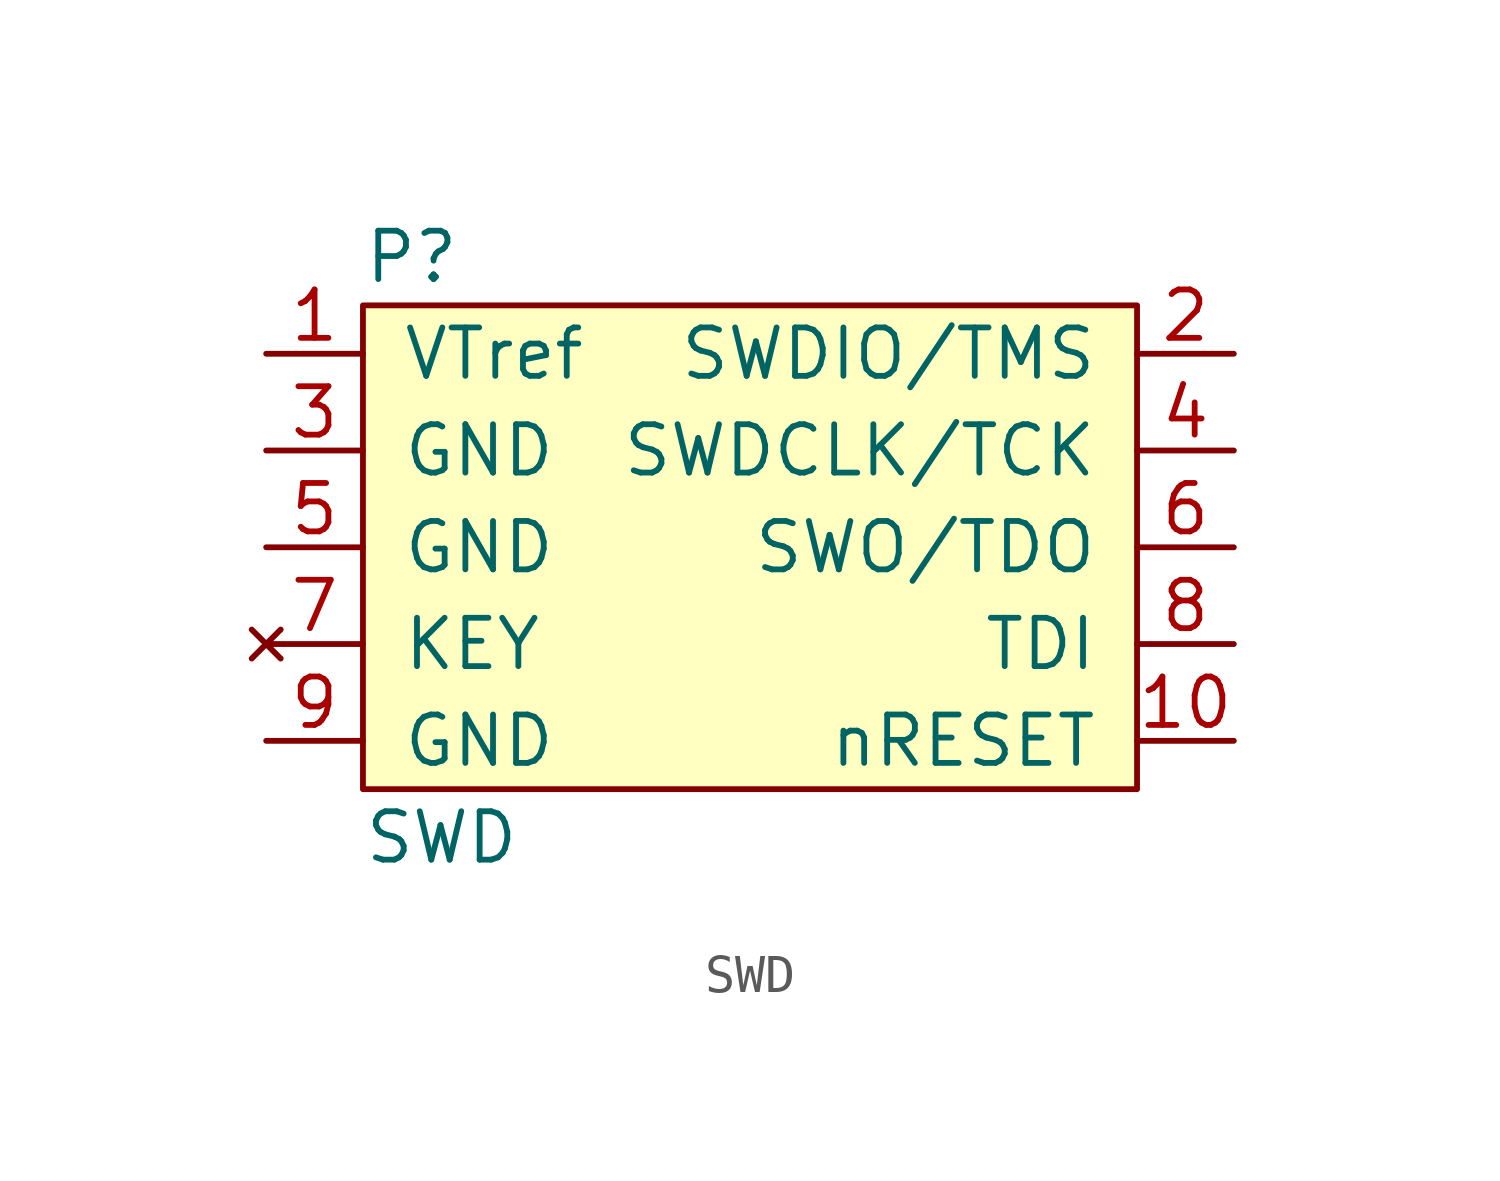
<source format=kicad_sym>
(kicad_symbol_lib
  (version 20211014)
  (generator kicad_symbol_editor)
  (symbol "SWD"
    (pin_names
      (offset 1.016))
    (property "Reference" "P"
      (at -10.16 7.62 0)
      (effects (font (size 1.27 1.27)) (justify left)))
    (property "Value" "SWD"
      (at -10.16 -7.62 0)
      (effects (font (size 1.27 1.27)) (justify left)))
    (symbol "SWD_0_1"
      (rectangle (start -10.16 6.35) (end 10.16 -6.35) (stroke (width 0) (type default) (color 0 0 0 0)) (fill (type background))))
    (symbol "SWD_1_1"
      (pin power_in line (at -12.7 5.08 0) (length 2.54) (name "VTref" (effects (font (size 1.27 1.27)))) (number "1" (effects (font (size 1.27 1.27)))))
      (pin open_collector line (at 12.7 -5.08 180) (length 2.54) (name "nRESET" (effects (font (size 1.27 1.27)))) (number "10" (effects (font (size 1.27 1.27)))))
      (pin bidirectional line (at 12.7 5.08 180) (length 2.54) (name "SWDIO/TMS" (effects (font (size 1.27 1.27)))) (number "2" (effects (font (size 1.27 1.27)))))
      (pin power_in line (at -12.7 2.54 0) (length 2.54) (name "GND" (effects (font (size 1.27 1.27)))) (number "3" (effects (font (size 1.27 1.27)))))
      (pin bidirectional line (at 12.7 2.54 180) (length 2.54) (name "SWDCLK/TCK" (effects (font (size 1.27 1.27)))) (number "4" (effects (font (size 1.27 1.27)))))
      (pin power_in line (at -12.7 0 0) (length 2.54) (name "GND" (effects (font (size 1.27 1.27)))) (number "5" (effects (font (size 1.27 1.27)))))
      (pin bidirectional line (at 12.7 0 180) (length 2.54) (name "SWO/TDO" (effects (font (size 1.27 1.27)))) (number "6" (effects (font (size 1.27 1.27)))))
      (pin no_connect line (at -12.7 -2.54 0) (length 2.54) (name "KEY" (effects (font (size 1.27 1.27)))) (number "7" (effects (font (size 1.27 1.27)))))
      (pin bidirectional line (at 12.7 -2.54 180) (length 2.54) (name "TDI" (effects (font (size 1.27 1.27)))) (number "8" (effects (font (size 1.27 1.27)))))
      (pin power_in line (at -12.7 -5.08 0) (length 2.54) (name "GND" (effects (font (size 1.27 1.27)))) (number "9" (effects (font (size 1.27 1.27))))))))
</source>
